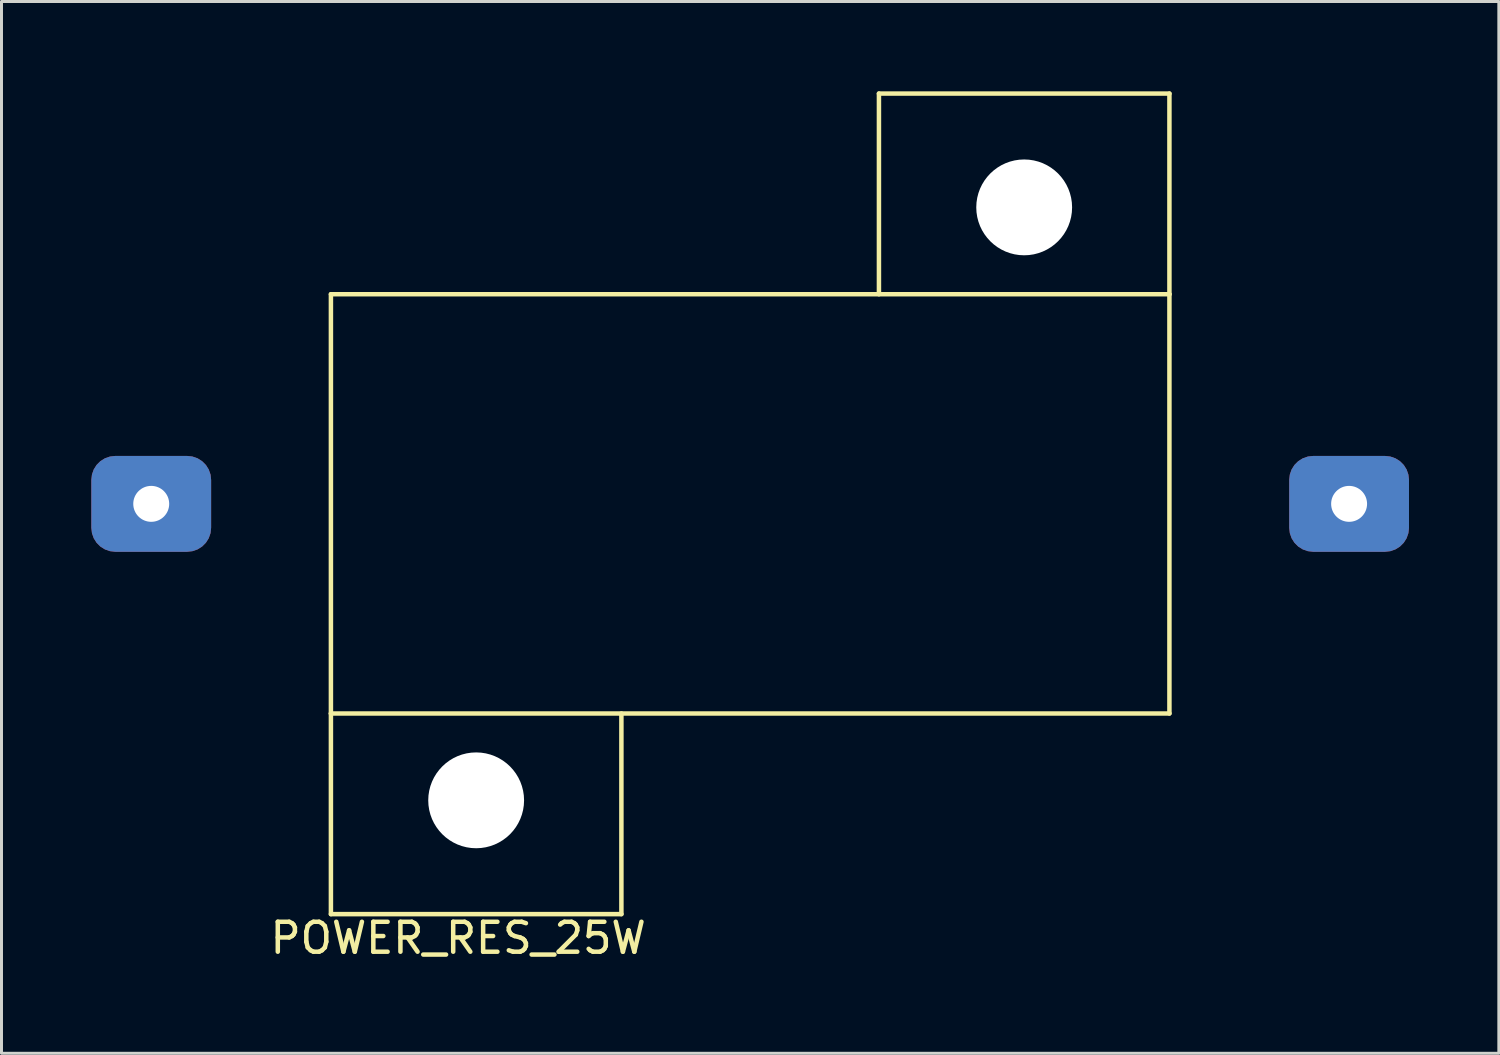
<source format=kicad_pcb>
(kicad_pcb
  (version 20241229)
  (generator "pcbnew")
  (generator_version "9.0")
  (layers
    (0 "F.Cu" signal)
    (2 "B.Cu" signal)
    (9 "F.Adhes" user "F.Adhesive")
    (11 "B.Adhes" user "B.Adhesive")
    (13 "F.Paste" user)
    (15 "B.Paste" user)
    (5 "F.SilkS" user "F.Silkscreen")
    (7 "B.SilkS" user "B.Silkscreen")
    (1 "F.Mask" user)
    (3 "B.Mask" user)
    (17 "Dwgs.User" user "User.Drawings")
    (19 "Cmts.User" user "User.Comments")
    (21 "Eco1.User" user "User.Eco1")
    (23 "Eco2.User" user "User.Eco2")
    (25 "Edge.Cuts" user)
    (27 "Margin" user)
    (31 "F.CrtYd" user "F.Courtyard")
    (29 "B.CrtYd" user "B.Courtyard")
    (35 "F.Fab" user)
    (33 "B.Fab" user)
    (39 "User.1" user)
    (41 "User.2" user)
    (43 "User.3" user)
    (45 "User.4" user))
  (footprint "POWER_RES_25W"
    (layer "F.Cu")
    (at 22 13.775)
    (property "Reference" "POWER_RES_25W" (at -9.75 14.5 0) (layer "F.SilkS") (effects (font (size 1 1) (thickness 0.15))))
    (attr through_hole)
    (fp_line (start -14 -7) (end 14 -7) (stroke (width 0.15) (type solid)) (layer "F.SilkS"))
    (fp_line (start -14 7) (end -14 -7) (stroke (width 0.15) (type solid)) (layer "F.SilkS"))
    (fp_line (start -14 7) (end -14 13.7) (stroke (width 0.15) (type solid)) (layer "F.SilkS"))
    (fp_line (start -14 13.7) (end -4.3 13.7) (stroke (width 0.15) (type solid)) (layer "F.SilkS"))
    (fp_line (start -4.3 13.7) (end -4.3 7) (stroke (width 0.15) (type solid)) (layer "F.SilkS"))
    (fp_line (start 4.3 -13.7) (end 4.3 -7) (stroke (width 0.15) (type solid)) (layer "F.SilkS"))
    (fp_line (start 14 -13.7) (end 4.3 -13.7) (stroke (width 0.15) (type solid)) (layer "F.SilkS"))
    (fp_line (start 14 -7) (end 14 -13.7) (stroke (width 0.15) (type solid)) (layer "F.SilkS"))
    (fp_line (start 14 -7) (end 14 7) (stroke (width 0.15) (type solid)) (layer "F.SilkS"))
    (fp_line (start 14 7) (end -14 7) (stroke (width 0.15) (type solid)) (layer "F.SilkS"))
    (pad "" np_thru_hole circle (at -9.15 9.9) (size 3.2 3.2) (drill 3.2) (layers "*.Cu" "*.Mask"))
    (pad "" np_thru_hole circle (at 9.15 -9.9) (size 3.2 3.2) (drill 3.2) (layers "*.Cu" "*.Mask"))
    (pad "1" thru_hole roundrect (at -20 0) (size 4 3.2) (drill 1.2) (layers "*.Cu" "*.Mask") (roundrect_rratio 0.25))
    (pad "2" thru_hole roundrect (at 20 0) (size 4 3.2) (drill 1.2) (layers "*.Cu" "*.Mask") (roundrect_rratio 0.25)))
  (gr_rect
    (start -3 -3)
    (end 47 32.123)
    (stroke (width 0.1) (type default))
    (fill no)
    (layer "Edge.Cuts")))
</source>
